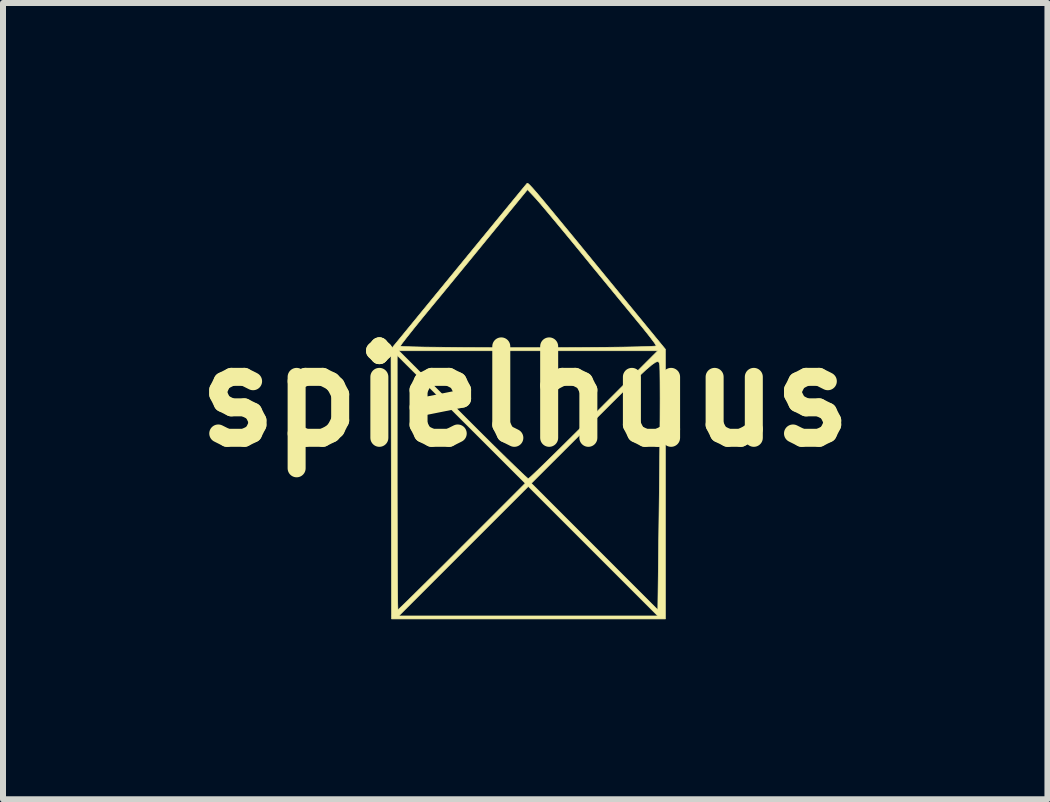
<source format=kicad_pcb>
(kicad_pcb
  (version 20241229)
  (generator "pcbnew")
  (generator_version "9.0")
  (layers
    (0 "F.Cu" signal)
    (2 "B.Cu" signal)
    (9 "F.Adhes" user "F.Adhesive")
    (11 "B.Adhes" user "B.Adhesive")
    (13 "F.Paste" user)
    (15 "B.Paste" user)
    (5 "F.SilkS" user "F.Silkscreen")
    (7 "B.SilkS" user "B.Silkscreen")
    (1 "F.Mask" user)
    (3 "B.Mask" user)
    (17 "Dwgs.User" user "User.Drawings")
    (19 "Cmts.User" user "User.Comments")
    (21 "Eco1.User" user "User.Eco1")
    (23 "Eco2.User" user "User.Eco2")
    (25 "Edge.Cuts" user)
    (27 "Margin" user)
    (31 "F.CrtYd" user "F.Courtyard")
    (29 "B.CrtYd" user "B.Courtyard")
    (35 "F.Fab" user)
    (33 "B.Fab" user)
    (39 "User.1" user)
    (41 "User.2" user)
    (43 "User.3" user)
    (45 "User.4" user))
  (footprint "spielhuus"
    (layer "F.Cu")
    (at 5.704 3.558)
    (property "Reference" "spielhuus" (at 0 0 0) (layer "F.SilkS") (effects (font (size 1.524 1.524) (thickness 0.3))))
    (attr through_hole)
    (fp_poly (pts (xy 0.05 -3.547) (xy 0.077 -3.522) (xy 0.123 -3.473) (xy 0.193 -3.393) (xy 0.294 -3.273) (xy 0.431 -3.108) (xy 0.611 -2.89) (xy 0.84 -2.612) (xy 1.123 -2.266) (xy 1.333 -2.01) (xy 2.336 -0.787) (xy 2.337 3.708) (xy -2.228 3.708) (xy -2.228 3.658) (xy -2.108 3.658) (xy 2.21 3.658) (xy 1.13 2.578) (xy 0.051 1.499) (xy -2.108 3.658) (xy -2.228 3.658) (xy -2.232 1.46) (xy -2.232 1.436) (xy -2.134 1.436) (xy -2.133 1.889) (xy -2.132 2.309) (xy -2.131 2.685) (xy -2.129 3.007) (xy -2.127 3.264) (xy -2.125 3.447) (xy -2.122 3.543) (xy -2.12 3.556) (xy -2.083 3.521) (xy -1.982 3.424) (xy -1.828 3.272) (xy -1.629 3.075) (xy -1.394 2.842) (xy -1.133 2.581) (xy -1.054 2.501) (xy 0.00001 1.447) (xy 0.102 1.447) (xy 1.156 2.502) (xy 2.21 3.557) (xy 2.235 1.588) (xy 2.24 1.145) (xy 2.244 0.729) (xy 2.247 0.353) (xy 2.248 0.028) (xy 2.247 -0.234) (xy 2.245 -0.42) (xy 2.242 -0.519) (xy 2.241 -0.526) (xy 2.232 -0.565) (xy 2.213 -0.582) (xy 2.175 -0.573) (xy 2.111 -0.529) (xy 2.013 -0.446) (xy 1.874 -0.316) (xy 1.685 -0.133) (xy 1.44 0.11) (xy 1.162 0.388) (xy 0.102 1.447) (xy 0.00001 1.447) (xy -2.134 -0.685) (xy -2.134 1.436) (xy -2.232 1.436) (xy -2.237 -0.762) (xy -2.107 -0.762) (xy -1.041 0.305) (xy -0.772 0.574) (xy -0.526 0.818) (xy -0.312 1.028) (xy -0.139 1.196) (xy -0.017 1.312) (xy 0.045 1.368) (xy 0.051 1.372) (xy 0.092 1.337) (xy 0.196 1.239) (xy 0.353 1.087) (xy 0.554 0.89) (xy 0.791 0.655) (xy 1.054 0.394) (xy 1.143 0.305) (xy 2.209 -0.762) (xy -2.107 -0.762) (xy -2.237 -0.762) (xy -2.237 -0.787) (xy -2.195 -0.839) (xy -2.083 -0.839) (xy -2.034 -0.833) (xy -1.894 -0.828) (xy -1.673 -0.823) (xy -1.382 -0.82) (xy -1.031 -0.816) (xy -0.632 -0.814) (xy -0.194 -0.813) (xy 0.051 -0.813) (xy 0.505 -0.814) (xy 0.927 -0.816) (xy 1.305 -0.819) (xy 1.628 -0.823) (xy 1.888 -0.828) (xy 2.072 -0.834) (xy 2.17 -0.84) (xy 2.184 -0.844) (xy 2.154 -0.893) (xy 2.072 -1.002) (xy 1.954 -1.15) (xy 1.882 -1.237) (xy 1.752 -1.395) (xy 1.574 -1.611) (xy 1.365 -1.866) (xy 1.141 -2.138) (xy 0.937 -2.388) (xy 0.732 -2.638) (xy 0.54 -2.87) (xy 0.374 -3.069) (xy 0.247 -3.219) (xy 0.17 -3.307) (xy 0.166 -3.311) (xy 0.038 -3.448) (xy -0.451 -2.849) (xy -0.663 -2.59) (xy -0.913 -2.284) (xy -1.175 -1.965) (xy -1.423 -1.663) (xy -1.511 -1.557) (xy -1.696 -1.332) (xy -1.856 -1.134) (xy -1.98 -0.978) (xy -2.059 -0.875) (xy -2.083 -0.839) (xy -2.195 -0.839) (xy -1.113 -2.159) (xy -0.85 -2.48) (xy -0.608 -2.775) (xy -0.395 -3.035) (xy -0.217 -3.252) (xy -0.082 -3.416) (xy 0.002 -3.518) (xy 0.029 -3.55) (xy 0.036 -3.553) (xy 0.05 -3.547)) (stroke (width 0.01) (type solid)) (fill yes) (layer "F.SilkS")))
  (gr_rect
    (start -3 -3)
    (end 14.408 10.272)
    (stroke (width 0.1) (type default))
    (fill no)
    (layer "Edge.Cuts")))
</source>
